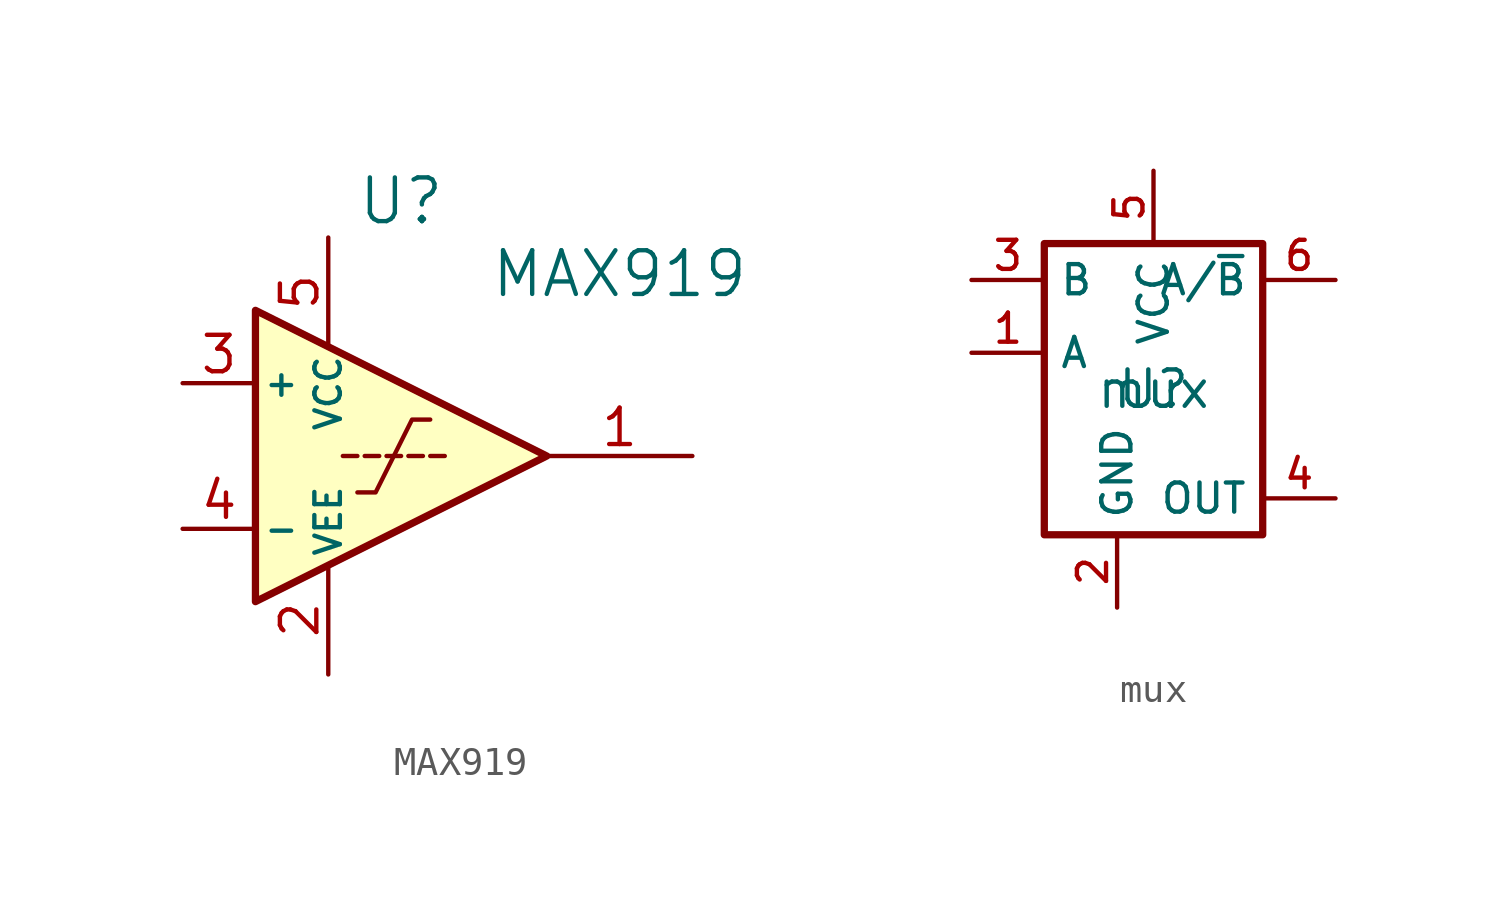
<source format=kicad_sym>
(kicad_symbol_lib
  (version 20211014)
  (generator kicad_symbol_editor)
  (symbol "MAX919"
    (pin_names
      (offset 0.254))
    (property "Reference" "U"
      (at 1.27 8.89 0)
      (effects (font (size 1.524 1.524))))
    (property "Value" "MAX919"
      (at 8.89 6.35 0)
      (effects (font (size 1.524 1.524))))
    (symbol "MAX919_0_1"
      (polyline (pts (xy -0.254 0) (xy -0.762 0)) (stroke (width 0) (type default) (color 0 0 0 0)) (fill (type none)))
      (polyline (pts (xy 0.508 0) (xy 0 0)) (stroke (width 0) (type default) (color 0 0 0 0)) (fill (type none)))
      (polyline (pts (xy 0.762 0) (xy 1.27 0)) (stroke (width 0) (type default) (color 0 0 0 0)) (fill (type none)))
      (polyline (pts (xy 1.524 0) (xy 2.032 0)) (stroke (width 0) (type default) (color 0 0 0 0)) (fill (type none)))
      (polyline (pts (xy 2.286 0) (xy 2.794 0)) (stroke (width 0) (type default) (color 0 0 0 0)) (fill (type none)))
      (polyline (pts (xy -3.81 5.08) (xy 6.35 0) (xy -3.81 -5.08) (xy -3.81 5.08)) (stroke (width 0.254) (type default) (color 0 0 0 0)) (fill (type background)))
      (polyline (pts (xy -0.254 -1.27) (xy 0.381 -1.27) (xy 1.651 1.27) (xy 2.286 1.27)) (stroke (width 0) (type default) (color 0 0 0 0)) (fill (type none))))
    (symbol "MAX919_1_1"
      (pin output line (at 11.43 0 180) (length 5.08) (name "" (effects (font (size 1.27 1.27)))) (number "1" (effects (font (size 1.27 1.27)))))
      (pin power_in line (at -1.27 -7.62 90) (length 3.81) (name "VEE" (effects (font (size 0.889 0.889)))) (number "2" (effects (font (size 1.27 1.27)))))
      (pin input line (at -6.35 2.54 0) (length 2.54) (name "+" (effects (font (size 0.889 0.889)))) (number "3" (effects (font (size 1.27 1.27)))))
      (pin input line (at -6.35 -2.54 0) (length 2.54) (name "-" (effects (font (size 0.889 0.889)))) (number "4" (effects (font (size 1.27 1.27)))))
      (pin power_in line (at -1.27 7.62 270) (length 3.81) (name "VCC" (effects (font (size 0.889 0.889)))) (number "5" (effects (font (size 1.27 1.27)))))))
  (symbol "mux"
    (property "Reference" "U"
      (at 0 0 0)
      (effects (font (size 1.27 1.27))))
    (property "Value" "mux"
      (at 0 0 0)
      (effects (font (size 1.27 1.27))))
    (symbol "mux_0_1"
      (rectangle (start -3.81 5.08) (end 3.81 -5.08) (stroke (width 0.254) (type default) (color 0 0 0 0)) (fill (type none))))
    (symbol "mux_1_1"
      (pin input line (at -6.35 1.27 0) (length 2.54) (name "A" (effects (font (size 1.016 1.016)))) (number "1" (effects (font (size 1.016 1.016)))))
      (pin power_in line (at -1.27 -7.62 90) (length 2.54) (name "GND" (effects (font (size 1.016 1.016)))) (number "2" (effects (font (size 1.016 1.016)))))
      (pin input line (at -6.35 3.81 0) (length 2.54) (name "B" (effects (font (size 1.016 1.016)))) (number "3" (effects (font (size 1.016 1.016)))))
      (pin output line (at 6.35 -3.81 180) (length 2.54) (name "OUT" (effects (font (size 1.016 1.016)))) (number "4" (effects (font (size 1.016 1.016)))))
      (pin power_in line (at 0 7.62 270) (length 2.54) (name "VCC" (effects (font (size 1.016 1.016)))) (number "5" (effects (font (size 1.016 1.016)))))
      (pin input line (at 6.35 3.81 180) (length 2.54) (name "A/~{B}" (effects (font (size 1.016 1.016)))) (number "6" (effects (font (size 1.016 1.016))))))))
</source>
